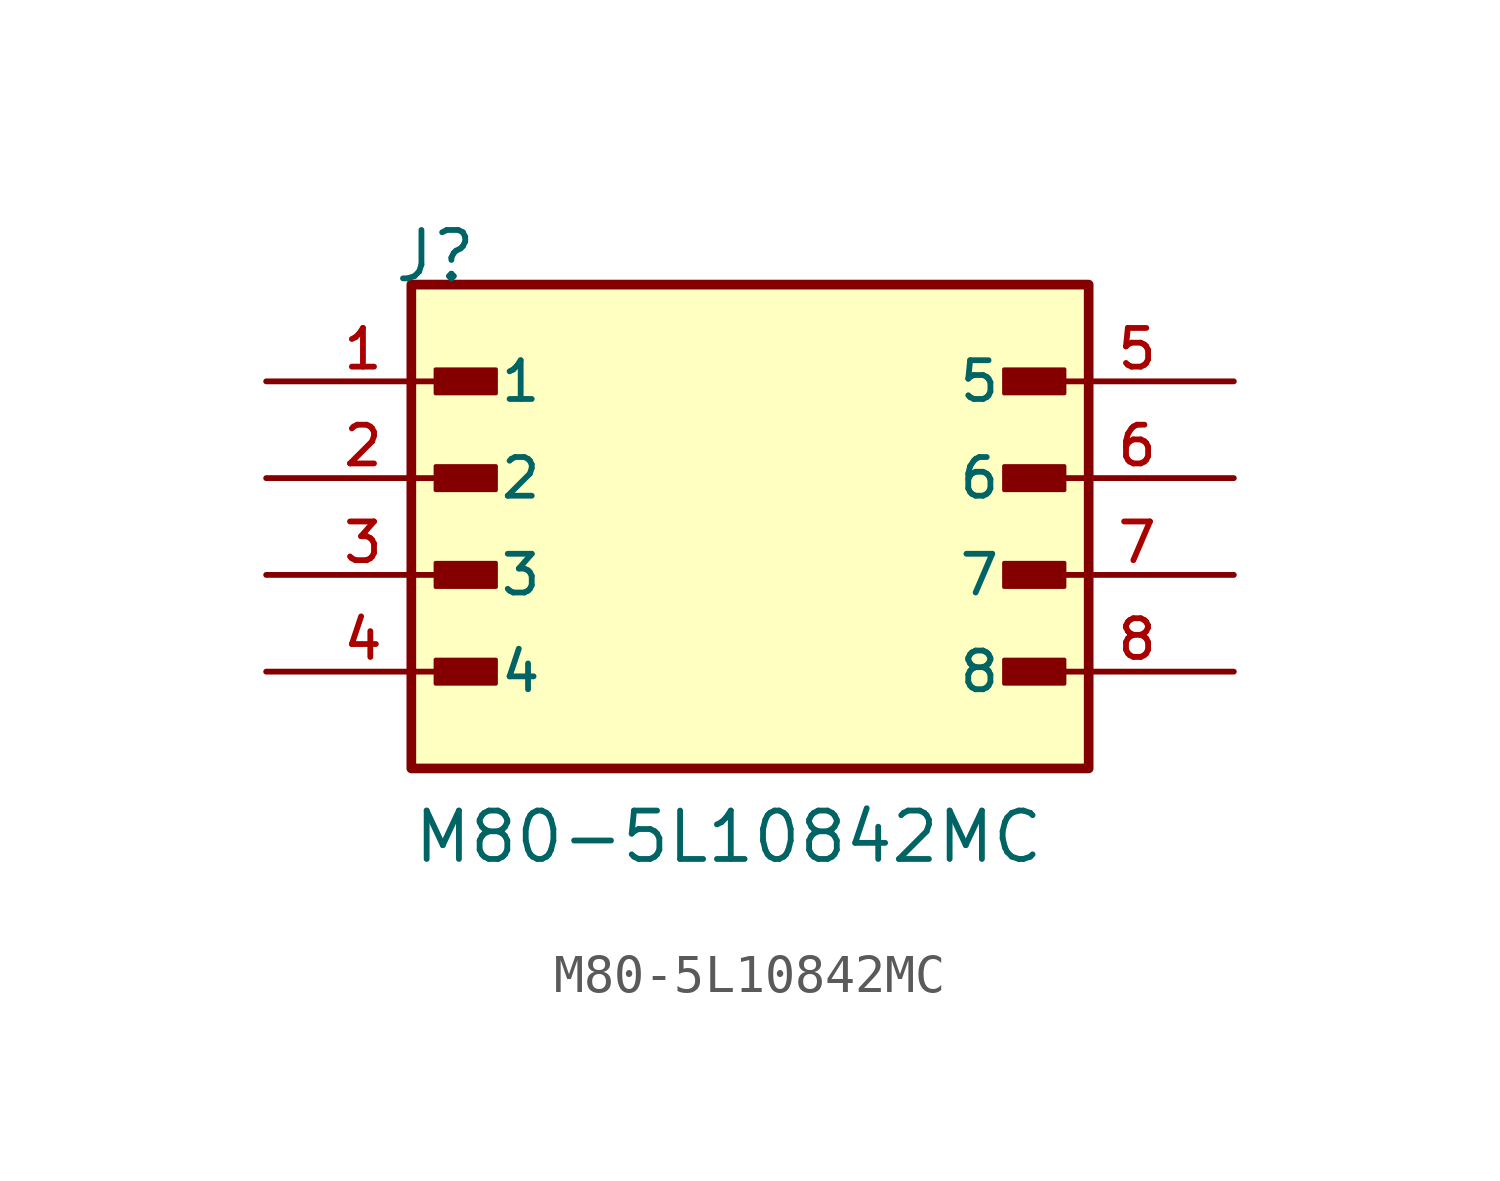
<source format=kicad_sym>
(kicad_symbol_lib
  (version 20211014)
  (generator kicad_symbol_editor)
  (symbol "M80-5L10842MC"
    (pin_names
      (offset 1.016))
    (property "Reference" "J"
      (at -9.39 7.62 0)
      (effects (font (size 1.27 1.27)) (justify bottom left)))
    (property "Value" "M80-5L10842MC"
      (at -8.89 -7.62 0)
      (effects (font (size 1.27 1.27)) (justify bottom left)))
    (symbol "M80-5L10842MC_0_0"
      (rectangle (start -8.255 4.763) (end -6.668 5.397) (stroke (width 0.1)) (fill (type outline)))
      (rectangle (start -8.255 2.223) (end -6.668 2.857) (stroke (width 0.1)) (fill (type outline)))
      (rectangle (start -8.255 -0.318) (end -6.668 0.318) (stroke (width 0.1)) (fill (type outline)))
      (rectangle (start -8.255 -2.857) (end -6.668 -2.223) (stroke (width 0.1)) (fill (type outline)))
      (rectangle (start 8.255 4.763) (end 6.668 5.397) (stroke (width 0.1)) (fill (type outline)))
      (rectangle (start 8.255 2.223) (end 6.668 2.857) (stroke (width 0.1)) (fill (type outline)))
      (rectangle (start 8.255 -0.318) (end 6.668 0.318) (stroke (width 0.1)) (fill (type outline)))
      (rectangle (start 8.255 -2.857) (end 6.668 -2.223) (stroke (width 0.1)) (fill (type outline)))
      (rectangle (start -8.89 -5.08) (end 8.89 7.62) (stroke (width 0.254)) (fill (type background)))
      (pin passive line (at -12.7 5.08 0) (length 5.08) (name "1" (effects (font (size 1.016 1.016)))) (number "1" (effects (font (size 1.016 1.016)))))
      (pin passive line (at -12.7 2.54 0) (length 5.08) (name "2" (effects (font (size 1.016 1.016)))) (number "2" (effects (font (size 1.016 1.016)))))
      (pin passive line (at -12.7 0.0 0) (length 5.08) (name "3" (effects (font (size 1.016 1.016)))) (number "3" (effects (font (size 1.016 1.016)))))
      (pin passive line (at -12.7 -2.54 0) (length 5.08) (name "4" (effects (font (size 1.016 1.016)))) (number "4" (effects (font (size 1.016 1.016)))))
      (pin passive line (at 12.7 5.08 180.0) (length 5.08) (name "5" (effects (font (size 1.016 1.016)))) (number "5" (effects (font (size 1.016 1.016)))))
      (pin passive line (at 12.7 2.54 180.0) (length 5.08) (name "6" (effects (font (size 1.016 1.016)))) (number "6" (effects (font (size 1.016 1.016)))))
      (pin passive line (at 12.7 0.0 180.0) (length 5.08) (name "7" (effects (font (size 1.016 1.016)))) (number "7" (effects (font (size 1.016 1.016)))))
      (pin passive line (at 12.7 -2.54 180.0) (length 5.08) (name "8" (effects (font (size 1.016 1.016)))) (number "8" (effects (font (size 1.016 1.016))))))))
</source>
